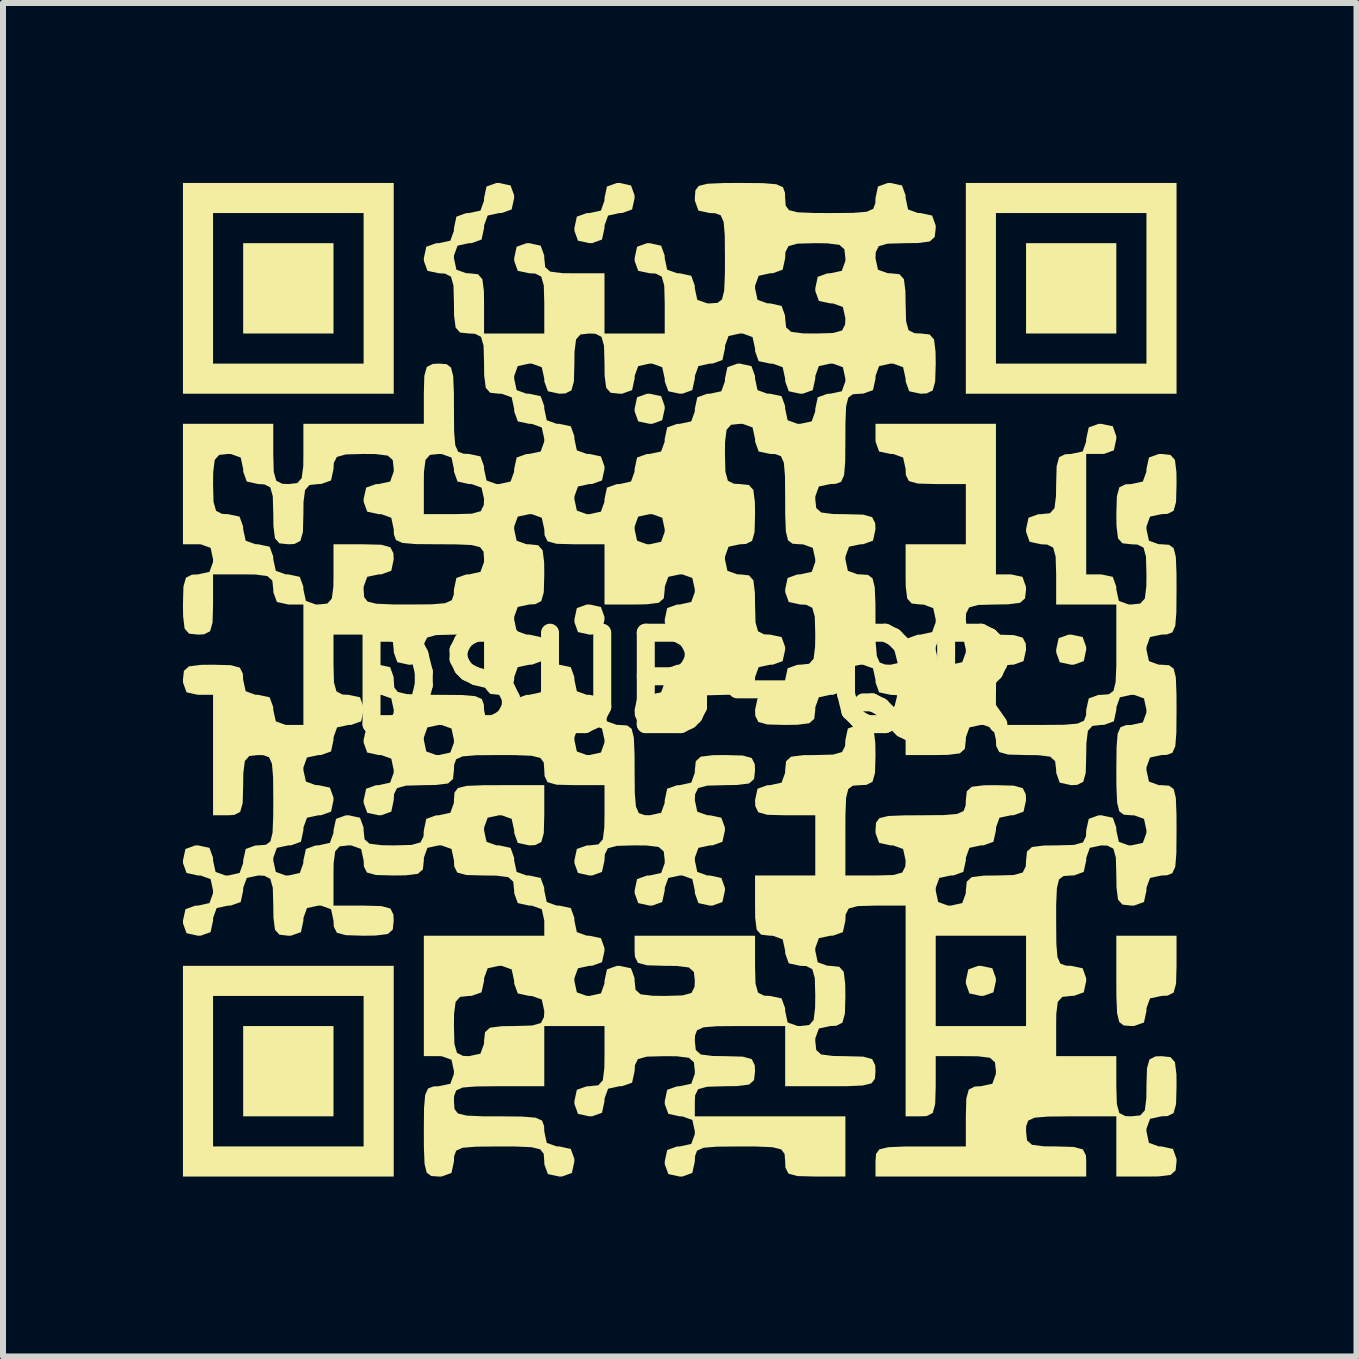
<source format=kicad_pcb>
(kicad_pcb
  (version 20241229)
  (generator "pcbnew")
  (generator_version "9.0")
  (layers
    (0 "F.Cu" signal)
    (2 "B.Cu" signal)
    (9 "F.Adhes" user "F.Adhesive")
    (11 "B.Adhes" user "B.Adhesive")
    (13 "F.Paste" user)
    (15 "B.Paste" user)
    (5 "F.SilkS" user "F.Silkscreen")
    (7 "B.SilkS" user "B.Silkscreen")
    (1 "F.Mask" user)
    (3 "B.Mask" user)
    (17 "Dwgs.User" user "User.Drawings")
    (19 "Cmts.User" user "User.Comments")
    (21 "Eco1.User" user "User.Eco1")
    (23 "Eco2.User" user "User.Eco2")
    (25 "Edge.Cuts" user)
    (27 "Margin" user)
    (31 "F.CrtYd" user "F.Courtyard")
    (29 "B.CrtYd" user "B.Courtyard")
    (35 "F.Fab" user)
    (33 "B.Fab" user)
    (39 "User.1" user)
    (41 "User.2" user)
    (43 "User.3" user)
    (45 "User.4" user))
  (footprint "DSUB-QR"
    (layer "F.Cu")
    (at 8.333 8.333)
    (property "Reference" "DSUB-QR" (at 0 0 0) (layer "F.SilkS") (effects (font (size 1.524 1.524) (thickness 0.3))))
    (attr board_only exclude_from_pos_files exclude_from_bom)
    (fp_poly (pts (xy -5.823 -5.823) (xy -7.329 -5.823) (xy -7.329 -7.329) (xy -5.823 -7.329)) (stroke (width 0) (type solid)) (fill yes) (layer "F.SilkS"))
    (fp_poly (pts (xy -5.823 7.228) (xy -7.329 7.228) (xy -7.329 5.723) (xy -5.823 5.723)) (stroke (width 0) (type solid)) (fill yes) (layer "F.SilkS"))
    (fp_poly (pts (xy 7.228 -5.823) (xy 5.723 -5.823) (xy 5.723 -7.329) (xy 7.228 -7.329)) (stroke (width 0) (type solid)) (fill yes) (layer "F.SilkS"))
    (fp_poly (pts (xy -4.819 -4.819) (xy -8.333 -4.819) (xy -8.333 -5.321) (xy -7.831 -5.321) (xy -5.321 -5.321) (xy -5.321 -7.831) (xy -7.831 -7.831) (xy -7.831 -5.321) (xy -8.333 -5.321) (xy -8.333 -8.333) (xy -4.819 -8.333)) (stroke (width 0) (type solid)) (fill yes) (layer "F.SilkS"))
    (fp_poly (pts (xy -4.819 8.232) (xy -8.333 8.232) (xy -8.333 7.73) (xy -7.831 7.73) (xy -5.321 7.73) (xy -5.321 5.221) (xy -7.831 5.221) (xy -7.831 7.73) (xy -8.333 7.73) (xy -8.333 4.719) (xy -4.819 4.719)) (stroke (width 0) (type solid)) (fill yes) (layer "F.SilkS"))
    (fp_poly (pts (xy 8.232 -4.819) (xy 4.719 -4.819) (xy 4.719 -5.321) (xy 5.221 -5.321) (xy 7.73 -5.321) (xy 7.73 -7.831) (xy 5.221 -7.831) (xy 5.221 -5.321) (xy 4.719 -5.321) (xy 4.719 -8.333) (xy 8.232 -8.333)) (stroke (width 0) (type solid)) (fill yes) (layer "F.SilkS"))
    (fp_poly (pts (xy -1.365 -1.264) (xy -1.306 -1.1) (xy -1.305 -1.054) (xy -1.347 -0.863) (xy -1.51 -0.804) (xy -1.556 -0.803) (xy -1.747 -0.845) (xy -1.806 -1.008) (xy -1.807 -1.054) (xy -1.766 -1.245) (xy -1.602 -1.304) (xy -1.556 -1.305)) (stroke (width 0) (type solid)) (fill yes) (layer "F.SilkS"))
    (fp_poly (pts (xy -0.361 -4.778) (xy -0.302 -4.614) (xy -0.301 -4.568) (xy -0.343 -4.377) (xy -0.506 -4.318) (xy -0.552 -4.317) (xy -0.743 -4.358) (xy -0.802 -4.522) (xy -0.803 -4.568) (xy -0.762 -4.759) (xy -0.598 -4.818) (xy -0.552 -4.819)) (stroke (width 0) (type solid)) (fill yes) (layer "F.SilkS"))
    (fp_poly (pts (xy 5.161 4.76) (xy 5.219 4.923) (xy 5.221 4.97) (xy 5.179 5.161) (xy 5.016 5.219) (xy 4.97 5.221) (xy 4.779 5.179) (xy 4.72 5.016) (xy 4.719 4.97) (xy 4.76 4.779) (xy 4.923 4.72) (xy 4.97 4.719)) (stroke (width 0) (type solid)) (fill yes) (layer "F.SilkS"))
    (fp_poly (pts (xy 6.667 -0.762) (xy 6.725 -0.598) (xy 6.726 -0.552) (xy 6.685 -0.361) (xy 6.522 -0.302) (xy 6.475 -0.301) (xy 6.284 -0.343) (xy 6.226 -0.506) (xy 6.225 -0.552) (xy 6.266 -0.743) (xy 6.429 -0.802) (xy 6.475 -0.803)) (stroke (width 0) (type solid)) (fill yes) (layer "F.SilkS"))
    (fp_poly (pts (xy 8.232 4.719) (xy 8.224 5.016) (xy 8.183 5.165) (xy 8.082 5.216) (xy 7.981 5.221) (xy 7.79 5.262) (xy 7.731 5.425) (xy 7.73 5.472) (xy 7.689 5.663) (xy 7.526 5.721) (xy 7.479 5.723) (xy 7.352 5.713) (xy 7.277 5.657) (xy 7.241 5.511) (xy 7.229 5.234) (xy 7.228 4.97) (xy 7.228 4.217) (xy 8.232 4.217)) (stroke (width 0) (type solid)) (fill yes) (layer "F.SilkS"))
    (fp_poly (pts (xy -0.863 -8.291) (xy -0.804 -8.128) (xy -0.803 -8.082) (xy -0.845 -7.891) (xy -1.008 -7.832) (xy -1.054 -7.831) (xy -1.245 -7.789) (xy -1.304 -7.626) (xy -1.305 -7.58) (xy -1.347 -7.389) (xy -1.51 -7.33) (xy -1.556 -7.329) (xy -1.747 -7.37) (xy -1.806 -7.534) (xy -1.807 -7.58) (xy -1.766 -7.771) (xy -1.602 -7.83) (xy -1.556 -7.831) (xy -1.365 -7.872) (xy -1.306 -8.036) (xy -1.305 -8.082) (xy -1.264 -8.273) (xy -1.1 -8.332) (xy -1.054 -8.333)) (stroke (width 0) (type solid)) (fill yes) (layer "F.SilkS"))
    (fp_poly (pts (xy -1.867 -0.26) (xy -1.808 -0.096) (xy -1.807 -0.05) (xy -1.766 0.141) (xy -1.602 0.2) (xy -1.556 0.201) (xy -1.365 0.242) (xy -1.306 0.406) (xy -1.305 0.452) (xy -1.264 0.643) (xy -1.1 0.702) (xy -1.054 0.703) (xy -0.926 0.712) (xy -0.852 0.768) (xy -0.816 0.914) (xy -0.804 1.191) (xy -0.803 1.456) (xy -0.8 1.839) (xy -0.781 2.063) (xy -0.733 2.172) (xy -0.64 2.206) (xy -0.552 2.209) (xy -0.361 2.167) (xy -0.302 2.004) (xy -0.301 1.958) (xy -0.26 1.767) (xy -0.096 1.708) (xy -0.05 1.707) (xy 0.141 1.665) (xy 0.2 1.502) (xy 0.201 1.456) (xy 0.217 1.307) (xy 0.3 1.232) (xy 0.501 1.207) (xy 0.703 1.205) (xy 1.001 1.213) (xy 1.149 1.254) (xy 1.2 1.355) (xy 1.205 1.456) (xy 1.188 1.605) (xy 1.105 1.679) (xy 0.904 1.704) (xy 0.703 1.707) (xy 0.405 1.715) (xy 0.256 1.756) (xy 0.206 1.857) (xy 0.201 1.958) (xy 0.242 2.149) (xy 0.406 2.208) (xy 0.452 2.209) (xy 0.643 2.25) (xy 0.702 2.413) (xy 0.703 2.46) (xy 0.661 2.651) (xy 0.498 2.71) (xy 0.452 2.711) (xy 0.261 2.752) (xy 0.202 2.915) (xy 0.201 2.962) (xy 0.242 3.153) (xy 0.406 3.212) (xy 0.452 3.213) (xy 0.643 3.254) (xy 0.702 3.417) (xy 0.703 3.464) (xy 0.661 3.655) (xy 0.498 3.714) (xy 0.452 3.715) (xy 0.261 3.673) (xy 0.202 3.51) (xy 0.201 3.464) (xy 0.159 3.273) (xy -0.004 3.214) (xy -0.05 3.213) (xy -0.241 3.254) (xy -0.3 3.417) (xy -0.301 3.464) (xy -0.343 3.655) (xy -0.506 3.714) (xy -0.552 3.715) (xy -0.743 3.673) (xy -0.802 3.51) (xy -0.803 3.464) (xy -0.762 3.273) (xy -0.598 3.214) (xy -0.552 3.213) (xy -0.361 3.171) (xy -0.302 3.008) (xy -0.301 2.962) (xy -0.317 2.813) (xy -0.401 2.738) (xy -0.602 2.713) (xy -0.803 2.711) (xy -1.101 2.719) (xy -1.25 2.76) (xy -1.3 2.861) (xy -1.305 2.962) (xy -1.347 3.153) (xy -1.51 3.212) (xy -1.556 3.213) (xy -1.747 3.171) (xy -1.806 3.008) (xy -1.807 2.962) (xy -1.766 2.771) (xy -1.602 2.712) (xy -1.556 2.711) (xy -1.407 2.694) (xy -1.333 2.611) (xy -1.308 2.41) (xy -1.305 2.209) (xy -1.305 1.707) (xy -1.807 1.707) (xy -2.105 1.699) (xy -2.254 1.657) (xy -2.304 1.556) (xy -2.309 1.456) (xy -2.318 1.328) (xy -2.375 1.253) (xy -2.52 1.217) (xy -2.798 1.206) (xy -3.062 1.205) (xy -3.445 1.208) (xy -3.67 1.227) (xy -3.778 1.275) (xy -3.812 1.368) (xy -3.815 1.456) (xy -3.831 1.605) (xy -3.914 1.679) (xy -4.116 1.704) (xy -4.317 1.707) (xy -4.615 1.715) (xy -4.764 1.756) (xy -4.814 1.857) (xy -4.819 1.958) (xy -4.86 2.149) (xy -5.024 2.208) (xy -5.07 2.209) (xy -5.261 2.167) (xy -5.32 2.004) (xy -5.321 1.958) (xy -5.279 1.767) (xy -5.116 1.708) (xy -5.07 1.707) (xy -4.879 1.665) (xy -4.82 1.502) (xy -4.819 1.456) (xy -4.86 1.265) (xy -5.024 1.206) (xy -5.07 1.205) (xy -5.261 1.163) (xy -5.32 1) (xy -5.321 0.954) (xy -4.317 0.954) (xy -4.276 1.145) (xy -4.112 1.204) (xy -4.066 1.205) (xy -3.875 1.163) (xy -3.816 1) (xy -3.815 0.954) (xy -1.807 0.954) (xy -1.766 1.145) (xy -1.602 1.204) (xy -1.556 1.205) (xy -1.365 1.163) (xy -1.306 1) (xy -1.305 0.954) (xy -1.347 0.763) (xy -1.51 0.704) (xy -1.556 0.703) (xy -1.747 0.744) (xy -1.806 0.908) (xy -1.807 0.954) (xy -3.815 0.954) (xy -3.856 0.763) (xy -4.02 0.704) (xy -4.066 0.703) (xy -4.257 0.744) (xy -4.316 0.908) (xy -4.317 0.954) (xy -5.321 0.954) (xy -5.279 0.763) (xy -5.116 0.704) (xy -5.07 0.703) (xy -4.879 0.661) (xy -4.82 0.498) (xy -4.819 0.452) (xy -4.86 0.261) (xy -5.024 0.202) (xy -5.07 0.201) (xy -5.261 0.159) (xy -5.32 -0.004) (xy -5.321 -0.05) (xy -5.279 -0.241) (xy -5.116 -0.3) (xy -5.07 -0.301) (xy -4.879 -0.26) (xy -4.82 -0.096) (xy -4.819 -0.05) (xy -4.81 0.077) (xy -4.753 0.152) (xy -4.608 0.188) (xy -4.33 0.2) (xy -4.066 0.201) (xy -3.683 0.204) (xy -3.459 0.223) (xy -3.35 0.271) (xy -3.316 0.364) (xy -3.313 0.452) (xy -3.272 0.643) (xy -3.108 0.702) (xy -3.062 0.703) (xy -2.871 0.661) (xy -2.812 0.498) (xy -2.811 0.452) (xy -2.77 0.261) (xy -2.606 0.202) (xy -2.56 0.201) (xy -2.369 0.159) (xy -2.31 -0.004) (xy -2.309 -0.05) (xy -2.268 -0.241) (xy -2.104 -0.3) (xy -2.058 -0.301)) (stroke (width 0) (type solid)) (fill yes) (layer "F.SilkS"))
    (fp_poly (pts (xy 3.655 -8.291) (xy 3.714 -8.128) (xy 3.715 -8.082) (xy 3.756 -7.891) (xy 3.919 -7.832) (xy 3.966 -7.831) (xy 4.157 -7.789) (xy 4.216 -7.626) (xy 4.217 -7.58) (xy 4.2 -7.431) (xy 4.117 -7.357) (xy 3.916 -7.331) (xy 3.715 -7.329) (xy 3.417 -7.321) (xy 3.268 -7.279) (xy 3.217 -7.179) (xy 3.213 -7.078) (xy 3.254 -6.887) (xy 3.417 -6.828) (xy 3.464 -6.827) (xy 3.613 -6.811) (xy 3.687 -6.728) (xy 3.712 -6.526) (xy 3.715 -6.325) (xy 3.723 -6.027) (xy 3.764 -5.878) (xy 3.865 -5.828) (xy 3.966 -5.823) (xy 4.115 -5.807) (xy 4.189 -5.724) (xy 4.214 -5.522) (xy 4.217 -5.321) (xy 4.208 -5.023) (xy 4.167 -4.874) (xy 4.066 -4.824) (xy 3.966 -4.819) (xy 3.775 -4.86) (xy 3.716 -5.024) (xy 3.715 -5.07) (xy 3.673 -5.261) (xy 3.51 -5.32) (xy 3.464 -5.321) (xy 3.273 -5.279) (xy 3.214 -5.116) (xy 3.213 -5.07) (xy 3.171 -4.879) (xy 3.008 -4.82) (xy 2.962 -4.819) (xy 2.834 -4.81) (xy 2.759 -4.753) (xy 2.723 -4.608) (xy 2.712 -4.33) (xy 2.711 -4.066) (xy 2.708 -3.683) (xy 2.689 -3.459) (xy 2.64 -3.35) (xy 2.548 -3.316) (xy 2.46 -3.313) (xy 2.269 -3.272) (xy 2.21 -3.108) (xy 2.209 -3.062) (xy 2.225 -2.913) (xy 2.308 -2.839) (xy 2.509 -2.813) (xy 2.711 -2.811) (xy 3.009 -2.803) (xy 3.157 -2.761) (xy 3.208 -2.661) (xy 3.213 -2.56) (xy 3.171 -2.369) (xy 3.008 -2.31) (xy 2.962 -2.309) (xy 2.771 -2.268) (xy 2.712 -2.104) (xy 2.711 -2.058) (xy 2.752 -1.867) (xy 2.915 -1.808) (xy 2.962 -1.807) (xy 3.089 -1.798) (xy 3.164 -1.741) (xy 3.2 -1.596) (xy 3.212 -1.319) (xy 3.213 -1.054) (xy 3.216 -0.671) (xy 3.235 -0.447) (xy 3.283 -0.338) (xy 3.375 -0.304) (xy 3.464 -0.301) (xy 3.655 -0.343) (xy 3.714 -0.506) (xy 3.715 -0.552) (xy 4.217 -0.552) (xy 4.258 -0.361) (xy 4.421 -0.302) (xy 4.468 -0.301) (xy 4.659 -0.343) (xy 4.718 -0.506) (xy 4.719 -0.552) (xy 4.677 -0.743) (xy 4.514 -0.802) (xy 4.468 -0.803) (xy 4.277 -0.762) (xy 4.218 -0.598) (xy 4.217 -0.552) (xy 3.715 -0.552) (xy 3.756 -0.743) (xy 3.919 -0.802) (xy 3.966 -0.803) (xy 4.157 -0.845) (xy 4.216 -1.008) (xy 4.217 -1.054) (xy 4.175 -1.245) (xy 4.012 -1.304) (xy 3.966 -1.305) (xy 3.817 -1.321) (xy 3.742 -1.404) (xy 3.717 -1.606) (xy 3.715 -1.807) (xy 3.715 -2.309) (xy 4.719 -2.309) (xy 4.719 -3.313) (xy 4.217 -3.313) (xy 3.919 -3.321) (xy 3.77 -3.363) (xy 3.719 -3.463) (xy 3.715 -3.564) (xy 3.673 -3.755) (xy 3.51 -3.814) (xy 3.464 -3.815) (xy 3.273 -3.856) (xy 3.214 -4.02) (xy 3.213 -4.066) (xy 3.213 -4.317) (xy 5.221 -4.317) (xy 5.221 -1.807) (xy 5.472 -1.807) (xy 5.663 -1.766) (xy 5.721 -1.602) (xy 5.723 -1.556) (xy 5.706 -1.407) (xy 5.623 -1.333) (xy 5.422 -1.308) (xy 5.221 -1.305) (xy 4.923 -1.297) (xy 4.774 -1.255) (xy 4.723 -1.155) (xy 4.719 -1.054) (xy 4.735 -0.905) (xy 4.818 -0.831) (xy 5.019 -0.806) (xy 5.221 -0.803) (xy 5.518 -0.795) (xy 5.667 -0.753) (xy 5.718 -0.653) (xy 5.723 -0.552) (xy 5.681 -0.361) (xy 5.518 -0.302) (xy 5.472 -0.301) (xy 5.323 -0.285) (xy 5.248 -0.202) (xy 5.223 -0.001) (xy 5.221 0.201) (xy 5.221 0.703) (xy 5.974 0.703) (xy 6.357 0.7) (xy 6.581 0.681) (xy 6.689 0.632) (xy 6.724 0.54) (xy 6.726 0.452) (xy 6.768 0.261) (xy 6.931 0.202) (xy 6.977 0.201) (xy 7.105 0.191) (xy 7.18 0.135) (xy 7.216 -0.011) (xy 7.228 -0.288) (xy 7.228 -0.552) (xy 7.228 -1.305) (xy 6.225 -1.305) (xy 6.225 -1.807) (xy 6.216 -2.105) (xy 6.175 -2.254) (xy 6.074 -2.304) (xy 5.974 -2.309) (xy 5.782 -2.351) (xy 5.724 -2.514) (xy 5.723 -2.56) (xy 5.764 -2.751) (xy 5.927 -2.81) (xy 5.974 -2.811) (xy 6.122 -2.827) (xy 6.197 -2.91) (xy 6.222 -3.112) (xy 6.225 -3.313) (xy 6.233 -3.611) (xy 6.274 -3.76) (xy 6.375 -3.81) (xy 6.475 -3.815) (xy 6.667 -3.856) (xy 6.725 -4.02) (xy 6.726 -4.066) (xy 6.768 -4.257) (xy 6.931 -4.316) (xy 6.977 -4.317) (xy 7.169 -4.276) (xy 7.227 -4.112) (xy 7.228 -4.066) (xy 7.187 -3.875) (xy 7.024 -3.816) (xy 6.977 -3.815) (xy 6.726 -3.815) (xy 6.726 -1.807) (xy 6.977 -1.807) (xy 7.169 -1.766) (xy 7.227 -1.602) (xy 7.228 -1.556) (xy 7.27 -1.365) (xy 7.433 -1.306) (xy 7.479 -1.305) (xy 7.628 -1.321) (xy 7.703 -1.404) (xy 7.728 -1.606) (xy 7.73 -1.807) (xy 7.722 -2.105) (xy 7.681 -2.254) (xy 7.58 -2.304) (xy 7.479 -2.309) (xy 7.33 -2.325) (xy 7.256 -2.408) (xy 7.231 -2.61) (xy 7.228 -2.811) (xy 7.237 -3.109) (xy 7.278 -3.258) (xy 7.379 -3.308) (xy 7.479 -3.313) (xy 7.67 -3.355) (xy 7.729 -3.518) (xy 7.73 -3.564) (xy 7.772 -3.755) (xy 7.935 -3.814) (xy 7.981 -3.815) (xy 8.13 -3.799) (xy 8.205 -3.716) (xy 8.23 -3.514) (xy 8.232 -3.313) (xy 8.224 -3.015) (xy 8.183 -2.867) (xy 8.082 -2.816) (xy 7.981 -2.811) (xy 7.79 -2.77) (xy 7.731 -2.606) (xy 7.73 -2.56) (xy 7.772 -2.369) (xy 7.935 -2.31) (xy 7.981 -2.309) (xy 8.109 -2.3) (xy 8.184 -2.243) (xy 8.22 -2.098) (xy 8.231 -1.821) (xy 8.232 -1.556) (xy 8.229 -1.173) (xy 8.211 -0.949) (xy 8.162 -0.84) (xy 8.07 -0.806) (xy 7.981 -0.803) (xy 7.79 -0.762) (xy 7.731 -0.598) (xy 7.73 -0.552) (xy 7.772 -0.361) (xy 7.935 -0.302) (xy 7.981 -0.301) (xy 8.109 -0.292) (xy 8.184 -0.235) (xy 8.22 -0.09) (xy 8.231 0.187) (xy 8.232 0.452) (xy 8.229 0.835) (xy 8.211 1.059) (xy 8.162 1.168) (xy 8.07 1.202) (xy 7.981 1.205) (xy 7.79 1.246) (xy 7.731 1.409) (xy 7.73 1.456) (xy 7.772 1.647) (xy 7.935 1.706) (xy 7.981 1.707) (xy 8.109 1.716) (xy 8.184 1.772) (xy 8.22 1.918) (xy 8.231 2.195) (xy 8.232 2.46) (xy 8.229 2.843) (xy 8.211 3.067) (xy 8.162 3.175) (xy 8.07 3.21) (xy 7.981 3.213) (xy 7.79 3.254) (xy 7.731 3.417) (xy 7.73 3.464) (xy 7.689 3.655) (xy 7.526 3.714) (xy 7.479 3.715) (xy 7.33 3.698) (xy 7.256 3.615) (xy 7.231 3.414) (xy 7.228 3.213) (xy 7.22 2.915) (xy 7.179 2.766) (xy 7.078 2.715) (xy 6.977 2.711) (xy 6.786 2.752) (xy 6.728 2.915) (xy 6.726 2.962) (xy 6.685 3.153) (xy 6.522 3.212) (xy 6.475 3.213) (xy 6.348 3.222) (xy 6.273 3.278) (xy 6.237 3.424) (xy 6.225 3.701) (xy 6.225 3.966) (xy 6.228 4.349) (xy 6.246 4.573) (xy 6.295 4.681) (xy 6.387 4.716) (xy 6.475 4.719) (xy 6.667 4.76) (xy 6.725 4.923) (xy 6.726 4.97) (xy 6.685 5.161) (xy 6.522 5.219) (xy 6.475 5.221) (xy 6.327 5.237) (xy 6.252 5.32) (xy 6.227 5.521) (xy 6.225 5.723) (xy 6.225 6.225) (xy 7.228 6.225) (xy 7.228 6.726) (xy 7.237 7.024) (xy 7.278 7.173) (xy 7.379 7.224) (xy 7.479 7.228) (xy 7.628 7.212) (xy 7.703 7.129) (xy 7.728 6.928) (xy 7.73 6.726) (xy 7.739 6.429) (xy 7.78 6.28) (xy 7.881 6.229) (xy 7.981 6.225) (xy 8.13 6.241) (xy 8.205 6.324) (xy 8.23 6.525) (xy 8.232 6.726) (xy 8.224 7.024) (xy 8.183 7.173) (xy 8.082 7.224) (xy 7.981 7.228) (xy 7.79 7.27) (xy 7.731 7.433) (xy 7.73 7.479) (xy 7.772 7.67) (xy 7.935 7.729) (xy 7.981 7.73) (xy 8.172 7.772) (xy 8.231 7.935) (xy 8.232 7.981) (xy 8.216 8.13) (xy 8.133 8.205) (xy 7.932 8.23) (xy 7.73 8.232) (xy 7.228 8.232) (xy 7.228 7.228) (xy 6.475 7.228) (xy 6.093 7.232) (xy 5.868 7.25) (xy 5.76 7.299) (xy 5.725 7.391) (xy 5.723 7.479) (xy 5.739 7.628) (xy 5.822 7.703) (xy 6.023 7.728) (xy 6.225 7.73) (xy 6.522 7.739) (xy 6.671 7.78) (xy 6.722 7.881) (xy 6.726 7.981) (xy 6.726 8.232) (xy 3.213 8.232) (xy 3.213 7.981) (xy 3.222 7.854) (xy 3.278 7.779) (xy 3.424 7.743) (xy 3.701 7.731) (xy 3.966 7.73) (xy 4.719 7.73) (xy 4.719 7.228) (xy 4.727 6.931) (xy 4.768 6.782) (xy 4.869 6.731) (xy 4.97 6.726) (xy 5.161 6.685) (xy 5.219 6.522) (xy 5.221 6.475) (xy 5.204 6.327) (xy 5.121 6.252) (xy 4.92 6.227) (xy 4.719 6.225) (xy 4.217 6.225) (xy 4.217 6.726) (xy 4.208 7.024) (xy 4.167 7.173) (xy 4.066 7.224) (xy 3.966 7.228) (xy 3.715 7.228) (xy 3.715 5.723) (xy 4.217 5.723) (xy 5.723 5.723) (xy 5.723 4.217) (xy 4.217 4.217) (xy 4.217 5.723) (xy 3.715 5.723) (xy 3.715 3.715) (xy 3.213 3.715) (xy 2.915 3.723) (xy 2.766 3.764) (xy 2.715 3.865) (xy 2.711 3.966) (xy 2.669 4.157) (xy 2.506 4.216) (xy 2.46 4.217) (xy 2.269 4.258) (xy 2.21 4.421) (xy 2.209 4.468) (xy 2.25 4.659) (xy 2.413 4.718) (xy 2.46 4.719) (xy 2.609 4.735) (xy 2.683 4.818) (xy 2.708 5.019) (xy 2.711 5.221) (xy 2.703 5.518) (xy 2.661 5.667) (xy 2.56 5.718) (xy 2.46 5.723) (xy 2.269 5.764) (xy 2.21 5.927) (xy 2.209 5.974) (xy 2.225 6.122) (xy 2.308 6.197) (xy 2.509 6.222) (xy 2.711 6.225) (xy 3.009 6.233) (xy 3.157 6.274) (xy 3.208 6.375) (xy 3.213 6.475) (xy 3.203 6.603) (xy 3.147 6.678) (xy 3.001 6.714) (xy 2.724 6.726) (xy 2.46 6.726) (xy 1.707 6.726) (xy 1.707 5.723) (xy 0.954 5.723) (xy 0.571 5.726) (xy 0.346 5.744) (xy 0.238 5.793) (xy 0.204 5.885) (xy 0.201 5.974) (xy 0.217 6.122) (xy 0.3 6.197) (xy 0.501 6.222) (xy 0.703 6.225) (xy 1.001 6.233) (xy 1.149 6.274) (xy 1.2 6.375) (xy 1.205 6.475) (xy 1.188 6.624) (xy 1.105 6.699) (xy 0.904 6.724) (xy 0.703 6.726) (xy 0.405 6.735) (xy 0.256 6.776) (xy 0.206 6.877) (xy 0.201 6.977) (xy 0.201 7.228) (xy 2.711 7.228) (xy 2.711 8.232) (xy 2.209 8.232) (xy 1.911 8.224) (xy 1.762 8.183) (xy 1.711 8.082) (xy 1.707 7.981) (xy 1.697 7.854) (xy 1.641 7.779) (xy 1.495 7.743) (xy 1.218 7.731) (xy 0.954 7.73) (xy 0.571 7.734) (xy 0.346 7.752) (xy 0.238 7.801) (xy 0.204 7.893) (xy 0.201 7.981) (xy 0.159 8.172) (xy -0.004 8.231) (xy -0.05 8.232) (xy -0.241 8.191) (xy -0.3 8.028) (xy -0.301 7.981) (xy -0.26 7.79) (xy -0.096 7.731) (xy -0.05 7.73) (xy 0.141 7.689) (xy 0.2 7.526) (xy 0.201 7.479) (xy 0.159 7.288) (xy -0.004 7.23) (xy -0.05 7.228) (xy -0.241 7.187) (xy -0.3 7.024) (xy -0.301 6.977) (xy -0.26 6.786) (xy -0.096 6.728) (xy -0.05 6.726) (xy 0.141 6.685) (xy 0.2 6.522) (xy 0.201 6.475) (xy 0.185 6.327) (xy 0.101 6.252) (xy -0.1 6.227) (xy -0.301 6.225) (xy -0.599 6.233) (xy -0.748 6.274) (xy -0.798 6.375) (xy -0.803 6.475) (xy -0.845 6.667) (xy -1.008 6.725) (xy -1.054 6.726) (xy -1.245 6.768) (xy -1.304 6.931) (xy -1.305 6.977) (xy -1.347 7.169) (xy -1.51 7.227) (xy -1.556 7.228) (xy -1.747 7.187) (xy -1.806 7.024) (xy -1.807 6.977) (xy -1.766 6.786) (xy -1.602 6.728) (xy -1.556 6.726) (xy -1.407 6.71) (xy -1.333 6.627) (xy -1.308 6.426) (xy -1.305 6.225) (xy -1.305 5.723) (xy -2.309 5.723) (xy -2.309 6.726) (xy -3.062 6.726) (xy -3.445 6.73) (xy -3.67 6.748) (xy -3.778 6.797) (xy -3.812 6.889) (xy -3.815 6.977) (xy -3.806 7.105) (xy -3.749 7.18) (xy -3.604 7.216) (xy -3.327 7.228) (xy -3.062 7.228) (xy -2.679 7.232) (xy -2.455 7.25) (xy -2.346 7.299) (xy -2.312 7.391) (xy -2.309 7.479) (xy -2.268 7.67) (xy -2.104 7.729) (xy -2.058 7.73) (xy -1.867 7.772) (xy -1.808 7.935) (xy -1.807 7.981) (xy -1.849 8.172) (xy -2.012 8.231) (xy -2.058 8.232) (xy -2.249 8.191) (xy -2.308 8.028) (xy -2.309 7.981) (xy -2.318 7.854) (xy -2.375 7.779) (xy -2.52 7.743) (xy -2.798 7.731) (xy -3.062 7.73) (xy -3.445 7.734) (xy -3.67 7.752) (xy -3.778 7.801) (xy -3.812 7.893) (xy -3.815 7.981) (xy -3.856 8.172) (xy -4.02 8.231) (xy -4.066 8.232) (xy -4.194 8.223) (xy -4.269 8.167) (xy -4.305 8.021) (xy -4.316 7.744) (xy -4.317 7.479) (xy -4.314 7.096) (xy -4.295 6.872) (xy -4.247 6.764) (xy -4.154 6.729) (xy -4.066 6.726) (xy -3.875 6.685) (xy -3.816 6.522) (xy -3.815 6.475) (xy -3.856 6.284) (xy -4.02 6.226) (xy -4.066 6.225) (xy -4.317 6.225) (xy -4.317 5.723) (xy -3.815 5.723) (xy -3.807 6.02) (xy -3.765 6.169) (xy -3.665 6.22) (xy -3.564 6.225) (xy -3.373 6.183) (xy -3.314 6.02) (xy -3.313 5.974) (xy -3.297 5.825) (xy -3.214 5.75) (xy -3.013 5.725) (xy -2.811 5.723) (xy -2.513 5.714) (xy -2.365 5.673) (xy -2.314 5.572) (xy -2.309 5.472) (xy -2.351 5.28) (xy -2.514 5.222) (xy -2.56 5.221) (xy -2.751 5.179) (xy -2.81 5.016) (xy -2.811 4.97) (xy -2.853 4.779) (xy -3.016 4.72) (xy -3.062 4.719) (xy -3.253 4.76) (xy -3.312 4.923) (xy -3.313 4.97) (xy -3.355 5.161) (xy -3.518 5.219) (xy -3.564 5.221) (xy -3.713 5.237) (xy -3.787 5.32) (xy -3.813 5.521) (xy -3.815 5.723) (xy -4.317 5.723) (xy -4.317 4.217) (xy -2.309 4.217) (xy -2.309 3.966) (xy -2.351 3.775) (xy -2.514 3.716) (xy -2.56 3.715) (xy -2.751 3.673) (xy -2.81 3.51) (xy -2.811 3.464) (xy -2.827 3.315) (xy -2.91 3.24) (xy -3.112 3.215) (xy -3.313 3.213) (xy -3.611 3.205) (xy -3.76 3.163) (xy -3.81 3.062) (xy -3.815 2.962) (xy -3.856 2.771) (xy -4.02 2.712) (xy -4.066 2.711) (xy -4.257 2.752) (xy -4.316 2.915) (xy -4.317 2.962) (xy -4.333 3.111) (xy -4.416 3.185) (xy -4.618 3.21) (xy -4.819 3.213) (xy -5.117 3.205) (xy -5.266 3.163) (xy -5.316 3.062) (xy -5.321 2.962) (xy -5.362 2.771) (xy -5.526 2.712) (xy -5.572 2.711) (xy -5.721 2.727) (xy -5.795 2.81) (xy -5.821 3.011) (xy -5.823 3.213) (xy -5.823 3.715) (xy -5.321 3.715) (xy -5.023 3.723) (xy -4.874 3.764) (xy -4.824 3.865) (xy -4.819 3.966) (xy -4.835 4.115) (xy -4.918 4.189) (xy -5.119 4.214) (xy -5.321 4.217) (xy -5.619 4.208) (xy -5.767 4.167) (xy -5.818 4.066) (xy -5.823 3.966) (xy -5.864 3.775) (xy -6.028 3.716) (xy -6.074 3.715) (xy -6.265 3.756) (xy -6.324 3.919) (xy -6.325 3.966) (xy -6.366 4.157) (xy -6.53 4.216) (xy -6.576 4.217) (xy -6.725 4.2) (xy -6.799 4.117) (xy -6.824 3.916) (xy -6.827 3.715) (xy -6.835 3.417) (xy -6.877 3.268) (xy -6.977 3.217) (xy -7.078 3.213) (xy -7.269 3.254) (xy -7.328 3.417) (xy -7.329 3.464) (xy -7.37 3.655) (xy -7.534 3.714) (xy -7.58 3.715) (xy -7.771 3.756) (xy -7.83 3.919) (xy -7.831 3.966) (xy -7.872 4.157) (xy -8.036 4.216) (xy -8.082 4.217) (xy -8.273 4.175) (xy -8.332 4.012) (xy -8.333 3.966) (xy -8.291 3.775) (xy -8.128 3.716) (xy -8.082 3.715) (xy -7.891 3.673) (xy -7.832 3.51) (xy -7.831 3.464) (xy -7.872 3.273) (xy -8.036 3.214) (xy -8.082 3.213) (xy -8.273 3.171) (xy -8.332 3.008) (xy -8.333 2.962) (xy -8.291 2.771) (xy -8.128 2.712) (xy -8.082 2.711) (xy -7.891 2.752) (xy -7.832 2.915) (xy -7.831 2.962) (xy -7.789 3.153) (xy -7.626 3.212) (xy -7.58 3.213) (xy -7.389 3.171) (xy -7.33 3.008) (xy -7.329 2.962) (xy -6.827 2.962) (xy -6.785 3.153) (xy -6.622 3.212) (xy -6.576 3.213) (xy -6.385 3.171) (xy -6.326 3.008) (xy -6.325 2.962) (xy -6.283 2.771) (xy -6.12 2.712) (xy -6.074 2.711) (xy -5.883 2.669) (xy -5.824 2.506) (xy -5.823 2.46) (xy -5.781 2.269) (xy -5.618 2.21) (xy -5.572 2.209) (xy -5.381 2.25) (xy -5.322 2.413) (xy -5.321 2.46) (xy -5.305 2.609) (xy -5.222 2.683) (xy -5.02 2.708) (xy -4.819 2.711) (xy -4.521 2.703) (xy -4.372 2.661) (xy -4.322 2.56) (xy -4.317 2.46) (xy -4.276 2.269) (xy -4.112 2.21) (xy -4.066 2.209) (xy -3.875 2.167) (xy -3.816 2.004) (xy -3.815 1.958) (xy -3.806 1.83) (xy -3.749 1.755) (xy -3.604 1.719) (xy -3.327 1.708) (xy -3.062 1.707) (xy -2.309 1.707) (xy -2.309 2.209) (xy -2.317 2.507) (xy -2.359 2.655) (xy -2.459 2.706) (xy -2.56 2.711) (xy -2.751 2.669) (xy -2.81 2.506) (xy -2.811 2.46) (xy -2.853 2.269) (xy -3.016 2.21) (xy -3.062 2.209) (xy -3.253 2.25) (xy -3.312 2.413) (xy -3.313 2.46) (xy -3.272 2.651) (xy -3.108 2.71) (xy -3.062 2.711) (xy -2.871 2.752) (xy -2.812 2.915) (xy -2.811 2.962) (xy -2.77 3.153) (xy -2.606 3.212) (xy -2.56 3.213) (xy -2.369 3.254) (xy -2.31 3.417) (xy -2.309 3.464) (xy -2.268 3.655) (xy -2.104 3.714) (xy -2.058 3.715) (xy -1.867 3.756) (xy -1.808 3.919) (xy -1.807 3.966) (xy -1.766 4.157) (xy -1.602 4.216) (xy -1.556 4.217) (xy -1.365 4.258) (xy -1.306 4.421) (xy -1.305 4.468) (xy -1.347 4.659) (xy -1.51 4.718) (xy -1.556 4.719) (xy -1.747 4.76) (xy -1.806 4.923) (xy -1.807 4.97) (xy -1.766 5.161) (xy -1.602 5.219) (xy -1.556 5.221) (xy -1.365 5.179) (xy -1.306 5.016) (xy -1.305 4.97) (xy -1.264 4.779) (xy -1.1 4.72) (xy -1.054 4.719) (xy -0.863 4.76) (xy -0.804 4.923) (xy -0.803 4.97) (xy -0.787 5.119) (xy -0.704 5.193) (xy -0.503 5.218) (xy -0.301 5.221) (xy -0.003 5.212) (xy 0.145 5.171) (xy 0.196 5.07) (xy 0.201 4.97) (xy 0.185 4.821) (xy 0.101 4.746) (xy -0.1 4.721) (xy -0.301 4.719) (xy -0.599 4.71) (xy -0.748 4.669) (xy -0.798 4.568) (xy -0.803 4.468) (xy -0.803 4.217) (xy 1.205 4.217) (xy 1.205 4.719) (xy 1.213 5.016) (xy 1.254 5.165) (xy 1.355 5.216) (xy 1.456 5.221) (xy 1.647 5.262) (xy 1.706 5.425) (xy 1.707 5.472) (xy 1.748 5.663) (xy 1.911 5.721) (xy 1.958 5.723) (xy 2.107 5.706) (xy 2.181 5.623) (xy 2.206 5.422) (xy 2.209 5.221) (xy 2.201 4.923) (xy 2.159 4.774) (xy 2.058 4.723) (xy 1.958 4.719) (xy 1.767 4.677) (xy 1.708 4.514) (xy 1.707 4.468) (xy 1.665 4.277) (xy 1.502 4.218) (xy 1.456 4.217) (xy 1.307 4.2) (xy 1.232 4.117) (xy 1.207 3.916) (xy 1.205 3.715) (xy 1.205 3.213) (xy 2.209 3.213) (xy 2.209 2.209) (xy 1.707 2.209) (xy 1.409 2.201) (xy 1.26 2.159) (xy 1.209 2.058) (xy 1.205 1.958) (xy 1.246 1.767) (xy 1.409 1.708) (xy 1.456 1.707) (xy 1.647 1.665) (xy 1.706 1.502) (xy 1.707 1.456) (xy 1.723 1.307) (xy 1.806 1.232) (xy 2.007 1.207) (xy 2.209 1.205) (xy 2.507 1.197) (xy 2.655 1.155) (xy 2.706 1.054) (xy 2.711 0.954) (xy 2.752 0.763) (xy 2.915 0.704) (xy 2.962 0.703) (xy 3.111 0.719) (xy 3.185 0.802) (xy 3.21 1.003) (xy 3.213 1.205) (xy 3.205 1.503) (xy 3.163 1.651) (xy 3.062 1.702) (xy 2.962 1.707) (xy 2.834 1.716) (xy 2.759 1.772) (xy 2.723 1.918) (xy 2.712 2.195) (xy 2.711 2.46) (xy 2.711 3.213) (xy 3.213 3.213) (xy 3.511 3.205) (xy 3.659 3.163) (xy 3.71 3.062) (xy 3.715 2.962) (xy 3.673 2.771) (xy 3.51 2.712) (xy 3.464 2.711) (xy 3.273 2.669) (xy 3.214 2.506) (xy 3.213 2.46) (xy 3.222 2.332) (xy 3.278 2.257) (xy 3.424 2.221) (xy 3.701 2.21) (xy 3.966 2.209) (xy 4.349 2.206) (xy 4.573 2.187) (xy 4.681 2.138) (xy 4.716 2.046) (xy 4.719 1.958) (xy 4.735 1.809) (xy 4.818 1.734) (xy 5.019 1.709) (xy 5.221 1.707) (xy 5.518 1.715) (xy 5.667 1.756) (xy 5.718 1.857) (xy 5.723 1.958) (xy 5.681 2.149) (xy 5.518 2.208) (xy 5.472 2.209) (xy 5.28 2.25) (xy 5.222 2.413) (xy 5.221 2.46) (xy 5.179 2.651) (xy 5.016 2.71) (xy 4.97 2.711) (xy 4.779 2.752) (xy 4.72 2.915) (xy 4.719 2.962) (xy 4.677 3.153) (xy 4.514 3.212) (xy 4.468 3.213) (xy 4.277 3.254) (xy 4.218 3.417) (xy 4.217 3.464) (xy 4.258 3.655) (xy 4.421 3.714) (xy 4.468 3.715) (xy 4.659 3.673) (xy 4.718 3.51) (xy 4.719 3.464) (xy 4.735 3.315) (xy 4.818 3.24) (xy 5.019 3.215) (xy 5.221 3.213) (xy 5.518 3.205) (xy 5.667 3.163) (xy 5.718 3.062) (xy 5.723 2.962) (xy 5.739 2.813) (xy 5.822 2.738) (xy 6.023 2.713) (xy 6.225 2.711) (xy 6.522 2.703) (xy 6.671 2.661) (xy 6.722 2.56) (xy 6.726 2.46) (xy 6.768 2.269) (xy 6.931 2.21) (xy 6.977 2.209) (xy 7.169 2.25) (xy 7.227 2.413) (xy 7.228 2.46) (xy 7.27 2.651) (xy 7.433 2.71) (xy 7.479 2.711) (xy 7.67 2.669) (xy 7.729 2.506) (xy 7.73 2.46) (xy 7.689 2.269) (xy 7.526 2.21) (xy 7.479 2.209) (xy 7.352 2.199) (xy 7.277 2.143) (xy 7.241 1.997) (xy 7.229 1.72) (xy 7.228 1.456) (xy 7.232 1.073) (xy 7.25 0.848) (xy 7.299 0.74) (xy 7.391 0.706) (xy 7.479 0.703) (xy 7.67 0.661) (xy 7.729 0.498) (xy 7.73 0.452) (xy 7.689 0.261) (xy 7.526 0.202) (xy 7.479 0.201) (xy 7.288 0.242) (xy 7.23 0.406) (xy 7.228 0.452) (xy 7.187 0.643) (xy 7.024 0.702) (xy 6.977 0.703) (xy 6.829 0.719) (xy 6.754 0.802) (xy 6.729 1.003) (xy 6.726 1.205) (xy 6.718 1.503) (xy 6.677 1.651) (xy 6.576 1.702) (xy 6.475 1.707) (xy 6.284 1.665) (xy 6.226 1.502) (xy 6.225 1.456) (xy 6.208 1.307) (xy 6.125 1.232) (xy 5.924 1.207) (xy 5.723 1.205) (xy 5.425 1.197) (xy 5.276 1.155) (xy 5.225 1.054) (xy 5.221 0.954) (xy 5.179 0.763) (xy 5.016 0.704) (xy 4.97 0.703) (xy 4.779 0.744) (xy 4.72 0.908) (xy 4.719 0.954) (xy 4.702 1.103) (xy 4.619 1.177) (xy 4.418 1.202) (xy 4.217 1.205) (xy 3.715 1.205) (xy 3.715 0.703) (xy 3.706 0.405) (xy 3.665 0.256) (xy 3.564 0.206) (xy 3.464 0.201) (xy 3.273 0.159) (xy 3.214 -0.004) (xy 3.213 -0.05) (xy 3.171 -0.241) (xy 3.008 -0.3) (xy 2.962 -0.301) (xy 2.771 -0.26) (xy 2.712 -0.096) (xy 2.711 -0.05) (xy 2.669 0.141) (xy 2.506 0.2) (xy 2.46 0.201) (xy 2.269 0.242) (xy 2.21 0.406) (xy 2.209 0.452) (xy 2.192 0.601) (xy 2.109 0.675) (xy 1.908 0.7) (xy 1.707 0.703) (xy 1.409 0.695) (xy 1.26 0.653) (xy 1.209 0.553) (xy 1.205 0.452) (xy 1.246 0.261) (xy 1.409 0.202) (xy 1.456 0.201) (xy 1.647 0.159) (xy 1.706 -0.004) (xy 1.707 -0.05) (xy 1.748 -0.241) (xy 1.911 -0.3) (xy 1.958 -0.301) (xy 2.107 -0.317) (xy 2.181 -0.401) (xy 2.206 -0.602) (xy 2.209 -0.803) (xy 2.201 -1.101) (xy 2.159 -1.25) (xy 2.058 -1.3) (xy 1.958 -1.305) (xy 1.767 -1.347) (xy 1.708 -1.51) (xy 1.707 -1.556) (xy 1.748 -1.747) (xy 1.911 -1.806) (xy 1.958 -1.807) (xy 2.149 -1.849) (xy 2.208 -2.012) (xy 2.209 -2.058) (xy 2.167 -2.249) (xy 2.004 -2.308) (xy 1.958 -2.309) (xy 1.83 -2.318) (xy 1.755 -2.375) (xy 1.719 -2.52) (xy 1.708 -2.798) (xy 1.707 -3.062) (xy 1.704 -3.445) (xy 1.685 -3.67) (xy 1.636 -3.778) (xy 1.544 -3.812) (xy 1.456 -3.815) (xy 1.265 -3.856) (xy 1.206 -4.02) (xy 1.205 -4.066) (xy 1.163 -4.257) (xy 1 -4.316) (xy 0.954 -4.317) (xy 0.805 -4.301) (xy 0.73 -4.218) (xy 0.705 -4.016) (xy 0.703 -3.815) (xy 0.711 -3.517) (xy 0.752 -3.368) (xy 0.853 -3.318) (xy 0.954 -3.313) (xy 1.103 -3.297) (xy 1.177 -3.214) (xy 1.202 -3.013) (xy 1.205 -2.811) (xy 1.197 -2.513) (xy 1.155 -2.365) (xy 1.054 -2.314) (xy 0.954 -2.309) (xy 0.763 -2.268) (xy 0.704 -2.104) (xy 0.703 -2.058) (xy 0.744 -1.867) (xy 0.908 -1.808) (xy 0.954 -1.807) (xy 1.103 -1.791) (xy 1.177 -1.708) (xy 1.202 -1.507) (xy 1.205 -1.305) (xy 1.213 -1.007) (xy 1.254 -0.859) (xy 1.355 -0.808) (xy 1.456 -0.803) (xy 1.647 -0.762) (xy 1.706 -0.598) (xy 1.707 -0.552) (xy 1.665 -0.361) (xy 1.502 -0.302) (xy 1.456 -0.301) (xy 1.265 -0.26) (xy 1.206 -0.096) (xy 1.205 -0.05) (xy 1.188 0.099) (xy 1.105 0.173) (xy 0.904 0.198) (xy 0.703 0.201) (xy 0.405 0.209) (xy 0.256 0.25) (xy 0.206 0.351) (xy 0.201 0.452) (xy 0.185 0.601) (xy 0.101 0.675) (xy -0.1 0.7) (xy -0.301 0.703) (xy -0.599 0.695) (xy -0.748 0.653) (xy -0.798 0.553) (xy -0.803 0.452) (xy -0.762 0.261) (xy -0.598 0.202) (xy -0.552 0.201) (xy -0.361 0.159) (xy -0.302 -0.004) (xy -0.301 -0.05) (xy -0.26 -0.241) (xy -0.096 -0.3) (xy -0.05 -0.301) (xy 0.141 -0.343) (xy 0.2 -0.506) (xy 0.201 -0.552) (xy 0.159 -0.743) (xy -0.004 -0.802) (xy -0.05 -0.803) (xy -0.241 -0.845) (xy -0.3 -1.008) (xy -0.301 -1.054) (xy -0.26 -1.245) (xy -0.096 -1.304) (xy -0.05 -1.305) (xy 0.141 -1.347) (xy 0.2 -1.51) (xy 0.201 -1.556) (xy 0.159 -1.747) (xy -0.004 -1.806) (xy -0.05 -1.807) (xy -0.241 -1.766) (xy -0.3 -1.602) (xy -0.301 -1.556) (xy -0.317 -1.407) (xy -0.401 -1.333) (xy -0.602 -1.308) (xy -0.803 -1.305) (xy -1.305 -1.305) (xy -1.305 -2.309) (xy -1.807 -2.309) (xy -2.105 -2.317) (xy -2.254 -2.359) (xy -2.304 -2.459) (xy -2.309 -2.56) (xy -0.803 -2.56) (xy -0.762 -2.369) (xy -0.598 -2.31) (xy -0.552 -2.309) (xy -0.361 -2.351) (xy -0.302 -2.514) (xy -0.301 -2.56) (xy -0.343 -2.751) (xy -0.506 -2.81) (xy -0.552 -2.811) (xy -0.743 -2.77) (xy -0.802 -2.606) (xy -0.803 -2.56) (xy -2.309 -2.56) (xy -2.351 -2.751) (xy -2.514 -2.81) (xy -2.56 -2.811) (xy -2.751 -2.77) (xy -2.81 -2.606) (xy -2.811 -2.56) (xy -2.77 -2.369) (xy -2.606 -2.31) (xy -2.56 -2.309) (xy -2.411 -2.293) (xy -2.337 -2.21) (xy -2.311 -2.009) (xy -2.309 -1.807) (xy -2.317 -1.509) (xy -2.359 -1.361) (xy -2.459 -1.31) (xy -2.56 -1.305) (xy -2.751 -1.264) (xy -2.81 -1.1) (xy -2.811 -1.054) (xy -2.77 -0.863) (xy -2.606 -0.804) (xy -2.56 -0.803) (xy -2.369 -0.762) (xy -2.31 -0.598) (xy -2.309 -0.552) (xy -2.351 -0.361) (xy -2.514 -0.302) (xy -2.56 -0.301) (xy -2.751 -0.26) (xy -2.81 -0.096) (xy -2.811 -0.05) (xy -2.853 0.141) (xy -3.016 0.2) (xy -3.062 0.201) (xy -3.211 0.185) (xy -3.285 0.101) (xy -3.311 -0.1) (xy -3.313 -0.301) (xy -3.313 -0.803) (xy -3.815 -0.803) (xy -4.113 -0.795) (xy -4.262 -0.753) (xy -4.312 -0.653) (xy -4.317 -0.552) (xy -4.358 -0.361) (xy -4.522 -0.302) (xy -4.568 -0.301) (xy -4.759 -0.343) (xy -4.818 -0.506) (xy -4.819 -0.552) (xy -4.835 -0.701) (xy -4.918 -0.775) (xy -5.119 -0.801) (xy -5.321 -0.803) (xy -5.823 -0.803) (xy -5.823 -0.301) (xy -5.815 -0.003) (xy -5.773 0.145) (xy -5.673 0.196) (xy -5.572 0.201) (xy -5.381 0.242) (xy -5.322 0.406) (xy -5.321 0.452) (xy -5.362 0.643) (xy -5.526 0.702) (xy -5.572 0.703) (xy -5.763 0.744) (xy -5.822 0.908) (xy -5.823 0.954) (xy -5.864 1.145) (xy -6.028 1.204) (xy -6.074 1.205) (xy -6.265 1.246) (xy -6.324 1.409) (xy -6.325 1.456) (xy -6.283 1.647) (xy -6.12 1.706) (xy -6.074 1.707) (xy -5.883 1.748) (xy -5.824 1.911) (xy -5.823 1.958) (xy -5.864 2.149) (xy -6.028 2.208) (xy -6.074 2.209) (xy -6.265 2.25) (xy -6.324 2.413) (xy -6.325 2.46) (xy -6.366 2.651) (xy -6.53 2.71) (xy -6.576 2.711) (xy -6.767 2.752) (xy -6.826 2.915) (xy -6.827 2.962) (xy -7.329 2.962) (xy -7.287 2.771) (xy -7.124 2.712) (xy -7.078 2.711) (xy -6.95 2.701) (xy -6.875 2.645) (xy -6.839 2.499) (xy -6.828 2.222) (xy -6.827 1.958) (xy -6.83 1.575) (xy -6.849 1.35) (xy -6.897 1.242) (xy -6.99 1.208) (xy -7.078 1.205) (xy -7.227 1.221) (xy -7.301 1.304) (xy -7.326 1.505) (xy -7.329 1.707) (xy -7.337 2.005) (xy -7.379 2.153) (xy -7.479 2.204) (xy -7.58 2.209) (xy -7.831 2.209) (xy -7.831 0.201) (xy -8.082 0.201) (xy -8.273 0.159) (xy -8.332 -0.004) (xy -8.333 -0.05) (xy -8.317 -0.199) (xy -8.233 -0.273) (xy -8.032 -0.299) (xy -7.831 -0.301) (xy -7.533 -0.293) (xy -7.384 -0.252) (xy -7.334 -0.151) (xy -7.329 -0.05) (xy -7.287 0.141) (xy -7.124 0.2) (xy -7.078 0.201) (xy -6.887 0.242) (xy -6.828 0.406) (xy -6.827 0.452) (xy -6.785 0.643) (xy -6.622 0.702) (xy -6.576 0.703) (xy -6.325 0.703) (xy -6.325 -1.305) (xy -6.576 -1.305) (xy -6.767 -1.347) (xy -6.826 -1.51) (xy -6.827 -1.556) (xy -6.843 -1.705) (xy -6.926 -1.779) (xy -7.127 -1.805) (xy -7.329 -1.807) (xy -7.831 -1.807) (xy -7.831 -1.305) (xy -7.839 -1.007) (xy -7.88 -0.859) (xy -7.981 -0.808) (xy -8.082 -0.803) (xy -8.231 -0.819) (xy -8.305 -0.902) (xy -8.33 -1.104) (xy -8.333 -1.305) (xy -8.325 -1.603) (xy -8.283 -1.752) (xy -8.183 -1.802) (xy -8.082 -1.807) (xy -7.891 -1.849) (xy -7.832 -2.012) (xy -7.831 -2.058) (xy -7.872 -2.249) (xy -8.036 -2.308) (xy -8.082 -2.309) (xy -8.333 -2.309) (xy -8.333 -3.313) (xy -7.831 -3.313) (xy -7.823 -3.015) (xy -7.781 -2.867) (xy -7.681 -2.816) (xy -7.58 -2.811) (xy -7.389 -2.77) (xy -7.33 -2.606) (xy -7.329 -2.56) (xy -7.287 -2.369) (xy -7.124 -2.31) (xy -7.078 -2.309) (xy -6.887 -2.268) (xy -6.828 -2.104) (xy -6.827 -2.058) (xy -6.785 -1.867) (xy -6.622 -1.808) (xy -6.576 -1.807) (xy -6.385 -1.766) (xy -6.326 -1.602) (xy -6.325 -1.556) (xy -6.283 -1.365) (xy -6.12 -1.306) (xy -6.074 -1.305) (xy -5.925 -1.321) (xy -5.851 -1.404) (xy -5.825 -1.606) (xy -5.823 -1.807) (xy -5.823 -2.309) (xy -5.321 -2.309) (xy -5.023 -2.301) (xy -4.874 -2.259) (xy -4.824 -2.159) (xy -4.819 -2.058) (xy -4.86 -1.867) (xy -5.024 -1.808) (xy -5.07 -1.807) (xy -5.261 -1.766) (xy -5.32 -1.602) (xy -5.321 -1.556) (xy -5.312 -1.428) (xy -5.255 -1.354) (xy -5.11 -1.318) (xy -4.832 -1.306) (xy -4.568 -1.305) (xy -4.185 -1.308) (xy -3.96 -1.327) (xy -3.852 -1.376) (xy -3.818 -1.468) (xy -3.815 -1.556) (xy -3.774 -1.747) (xy -3.61 -1.806) (xy -3.564 -1.807) (xy -3.373 -1.849) (xy -3.314 -2.012) (xy -3.313 -2.058) (xy -3.322 -2.186) (xy -3.379 -2.261) (xy -3.524 -2.297) (xy -3.802 -2.308) (xy -4.066 -2.309) (xy -4.449 -2.312) (xy -4.673 -2.331) (xy -4.782 -2.38) (xy -4.816 -2.472) (xy -4.819 -2.56) (xy -4.86 -2.751) (xy -5.024 -2.81) (xy -5.07 -2.811) (xy -4.317 -2.811) (xy -3.815 -2.811) (xy -3.517 -2.819) (xy -3.368 -2.861) (xy -3.318 -2.961) (xy -3.313 -3.062) (xy -3.355 -3.253) (xy -3.518 -3.312) (xy -3.564 -3.313) (xy -3.755 -3.355) (xy -3.814 -3.518) (xy -3.815 -3.564) (xy -3.856 -3.755) (xy -4.02 -3.814) (xy -4.066 -3.815) (xy -4.215 -3.799) (xy -4.289 -3.716) (xy -4.315 -3.514) (xy -4.317 -3.313) (xy -4.317 -2.811) (xy -5.07 -2.811) (xy -5.261 -2.853) (xy -5.32 -3.016) (xy -5.321 -3.062) (xy -5.279 -3.253) (xy -5.116 -3.312) (xy -5.07 -3.313) (xy -4.879 -3.355) (xy -4.82 -3.518) (xy -4.819 -3.564) (xy -4.835 -3.713) (xy -4.918 -3.787) (xy -5.119 -3.813) (xy -5.321 -3.815) (xy -5.619 -3.807) (xy -5.767 -3.765) (xy -5.818 -3.665) (xy -5.823 -3.564) (xy -5.864 -3.373) (xy -6.028 -3.314) (xy -6.074 -3.313) (xy -6.223 -3.297) (xy -6.297 -3.214) (xy -6.323 -3.013) (xy -6.325 -2.811) (xy -6.333 -2.513) (xy -6.375 -2.365) (xy -6.475 -2.314) (xy -6.576 -2.309) (xy -6.725 -2.325) (xy -6.799 -2.408) (xy -6.824 -2.61) (xy -6.827 -2.811) (xy -6.835 -3.109) (xy -6.877 -3.258) (xy -6.977 -3.308) (xy -7.078 -3.313) (xy -7.269 -3.355) (xy -7.328 -3.518) (xy -7.329 -3.564) (xy -7.37 -3.755) (xy -7.534 -3.814) (xy -7.58 -3.815) (xy -7.729 -3.799) (xy -7.803 -3.716) (xy -7.828 -3.514) (xy -7.831 -3.313) (xy -8.333 -3.313) (xy -8.333 -4.317) (xy -6.827 -4.317) (xy -6.827 -3.815) (xy -6.819 -3.517) (xy -6.777 -3.368) (xy -6.677 -3.318) (xy -6.576 -3.313) (xy -6.427 -3.329) (xy -6.353 -3.412) (xy -6.327 -3.614) (xy -6.325 -3.815) (xy -6.325 -4.317) (xy -4.317 -4.317) (xy -4.317 -4.819) (xy -4.309 -5.117) (xy -4.267 -5.266) (xy -4.167 -5.316) (xy -4.066 -5.321) (xy -3.938 -5.312) (xy -3.864 -5.255) (xy -3.827 -5.11) (xy -3.816 -4.832) (xy -3.815 -4.568) (xy -3.812 -4.185) (xy -3.793 -3.96) (xy -3.745 -3.852) (xy -3.652 -3.818) (xy -3.564 -3.815) (xy -3.373 -3.774) (xy -3.314 -3.61) (xy -3.313 -3.564) (xy -3.272 -3.373) (xy -3.108 -3.314) (xy -3.062 -3.313) (xy -2.871 -3.355) (xy -2.812 -3.518) (xy -2.811 -3.564) (xy -2.77 -3.755) (xy -2.606 -3.814) (xy -2.56 -3.815) (xy -2.369 -3.856) (xy -2.31 -4.02) (xy -2.309 -4.066) (xy -2.351 -4.257) (xy -2.514 -4.316) (xy -2.56 -4.317) (xy -2.751 -4.358) (xy -2.81 -4.522) (xy -2.811 -4.568) (xy -2.853 -4.759) (xy -3.016 -4.818) (xy -3.062 -4.819) (xy -3.211 -4.835) (xy -3.285 -4.918) (xy -3.304 -5.07) (xy -2.811 -5.07) (xy -2.77 -4.879) (xy -2.606 -4.82) (xy -2.56 -4.819) (xy -2.369 -4.778) (xy -2.31 -4.614) (xy -2.309 -4.568) (xy -2.268 -4.377) (xy -2.104 -4.318) (xy -2.058 -4.317) (xy -1.867 -4.276) (xy -1.808 -4.112) (xy -1.807 -4.066) (xy -1.766 -3.875) (xy -1.602 -3.816) (xy -1.556 -3.815) (xy -1.365 -3.774) (xy -1.306 -3.61) (xy -1.305 -3.564) (xy -1.347 -3.373) (xy -1.51 -3.314) (xy -1.556 -3.313) (xy -1.747 -3.272) (xy -1.806 -3.108) (xy -1.807 -3.062) (xy -1.766 -2.871) (xy -1.602 -2.812) (xy -1.556 -2.811) (xy -1.365 -2.853) (xy -1.306 -3.016) (xy -1.305 -3.062) (xy -1.264 -3.253) (xy -1.1 -3.312) (xy -1.054 -3.313) (xy -0.863 -3.355) (xy -0.804 -3.518) (xy -0.803 -3.564) (xy -0.762 -3.755) (xy -0.598 -3.814) (xy -0.552 -3.815) (xy -0.361 -3.856) (xy -0.302 -4.02) (xy -0.301 -4.066) (xy -0.26 -4.257) (xy -0.096 -4.316) (xy -0.05 -4.317) (xy 0.141 -4.358) (xy 0.2 -4.522) (xy 0.201 -4.568) (xy 0.242 -4.759) (xy 0.406 -4.818) (xy 0.452 -4.819) (xy 0.643 -4.86) (xy 0.702 -5.024) (xy 0.703 -5.07) (xy 0.744 -5.261) (xy 0.908 -5.32) (xy 0.954 -5.321) (xy 1.145 -5.279) (xy 1.204 -5.116) (xy 1.205 -5.07) (xy 1.246 -4.879) (xy 1.409 -4.82) (xy 1.456 -4.819) (xy 1.647 -4.778) (xy 1.706 -4.614) (xy 1.707 -4.568) (xy 1.748 -4.377) (xy 1.911 -4.318) (xy 1.958 -4.317) (xy 2.149 -4.358) (xy 2.208 -4.522) (xy 2.209 -4.568) (xy 2.25 -4.759) (xy 2.413 -4.818) (xy 2.46 -4.819) (xy 2.651 -4.86) (xy 2.71 -5.024) (xy 2.711 -5.07) (xy 2.669 -5.261) (xy 2.506 -5.32) (xy 2.46 -5.321) (xy 2.269 -5.279) (xy 2.21 -5.116) (xy 2.209 -5.07) (xy 2.167 -4.879) (xy 2.004 -4.82) (xy 1.958 -4.819) (xy 1.767 -4.86) (xy 1.708 -5.024) (xy 1.707 -5.07) (xy 1.665 -5.261) (xy 1.502 -5.32) (xy 1.456 -5.321) (xy 1.265 -5.362) (xy 1.206 -5.526) (xy 1.205 -5.572) (xy 1.163 -5.763) (xy 1 -5.822) (xy 0.954 -5.823) (xy 0.763 -5.781) (xy 0.704 -5.618) (xy 0.703 -5.572) (xy 0.661 -5.381) (xy 0.498 -5.322) (xy 0.452 -5.321) (xy 0.261 -5.279) (xy 0.202 -5.116) (xy 0.201 -5.07) (xy 0.159 -4.879) (xy -0.004 -4.82) (xy -0.05 -4.819) (xy -0.241 -4.86) (xy -0.3 -5.024) (xy -0.301 -5.07) (xy -0.343 -5.261) (xy -0.506 -5.32) (xy -0.552 -5.321) (xy -0.743 -5.279) (xy -0.802 -5.116) (xy -0.803 -5.07) (xy -0.845 -4.879) (xy -1.008 -4.82) (xy -1.054 -4.819) (xy -1.203 -4.835) (xy -1.277 -4.918) (xy -1.303 -5.119) (xy -1.305 -5.321) (xy -1.313 -5.619) (xy -1.355 -5.767) (xy -1.455 -5.818) (xy -1.556 -5.823) (xy -1.705 -5.807) (xy -1.779 -5.724) (xy -1.805 -5.522) (xy -1.807 -5.321) (xy -1.815 -5.023) (xy -1.857 -4.874) (xy -1.957 -4.824) (xy -2.058 -4.819) (xy -2.249 -4.86) (xy -2.308 -5.024) (xy -2.309 -5.07) (xy -2.351 -5.261) (xy -2.514 -5.32) (xy -2.56 -5.321) (xy -2.751 -5.279) (xy -2.81 -5.116) (xy -2.811 -5.07) (xy -3.304 -5.07) (xy -3.311 -5.119) (xy -3.313 -5.321) (xy -3.321 -5.619) (xy -3.363 -5.767) (xy -3.463 -5.818) (xy -3.564 -5.823) (xy -3.713 -5.839) (xy -3.787 -5.922) (xy -3.813 -6.123) (xy -3.815 -6.325) (xy -3.823 -6.623) (xy -3.865 -6.771) (xy -3.965 -6.822) (xy -4.066 -6.827) (xy -4.257 -6.868) (xy -4.316 -7.032) (xy -4.317 -7.078) (xy -4.276 -7.269) (xy -4.112 -7.328) (xy -4.066 -7.329) (xy -3.875 -7.37) (xy -3.816 -7.534) (xy -3.815 -7.58) (xy -3.774 -7.771) (xy -3.61 -7.83) (xy -3.564 -7.831) (xy -3.373 -7.872) (xy -3.314 -8.036) (xy -3.313 -8.082) (xy -3.272 -8.273) (xy -3.108 -8.332) (xy -3.062 -8.333) (xy -2.871 -8.291) (xy -2.812 -8.128) (xy -2.811 -8.082) (xy -2.853 -7.891) (xy -3.016 -7.832) (xy -3.062 -7.831) (xy -3.253 -7.789) (xy -3.312 -7.626) (xy -3.313 -7.58) (xy -3.355 -7.389) (xy -3.518 -7.33) (xy -3.564 -7.329) (xy -3.755 -7.287) (xy -3.814 -7.124) (xy -3.815 -7.078) (xy -3.774 -6.887) (xy -3.61 -6.828) (xy -3.564 -6.827) (xy -3.415 -6.811) (xy -3.341 -6.728) (xy -3.315 -6.526) (xy -3.313 -6.325) (xy -3.313 -5.823) (xy -2.309 -5.823) (xy -2.309 -6.325) (xy -2.317 -6.623) (xy -2.359 -6.771) (xy -2.459 -6.822) (xy -2.56 -6.827) (xy -2.751 -6.868) (xy -2.81 -7.032) (xy -2.811 -7.078) (xy -2.77 -7.269) (xy -2.606 -7.328) (xy -2.56 -7.329) (xy -2.369 -7.287) (xy -2.31 -7.124) (xy -2.309 -7.078) (xy -2.293 -6.929) (xy -2.21 -6.855) (xy -2.009 -6.829) (xy -1.807 -6.827) (xy -1.305 -6.827) (xy -1.305 -5.823) (xy -0.301 -5.823) (xy -0.301 -6.325) (xy -0.309 -6.623) (xy -0.351 -6.771) (xy -0.451 -6.822) (xy -0.552 -6.827) (xy -0.743 -6.868) (xy -0.802 -7.032) (xy -0.803 -7.078) (xy -0.762 -7.269) (xy -0.598 -7.328) (xy -0.552 -7.329) (xy -0.361 -7.287) (xy -0.302 -7.124) (xy -0.301 -7.078) (xy -0.26 -6.887) (xy -0.096 -6.828) (xy -0.05 -6.827) (xy 0.141 -6.785) (xy 0.2 -6.622) (xy 0.201 -6.576) (xy 0.242 -6.385) (xy 0.406 -6.326) (xy 0.452 -6.325) (xy 0.579 -6.334) (xy 0.654 -6.391) (xy 0.69 -6.536) (xy 0.692 -6.576) (xy 1.205 -6.576) (xy 1.246 -6.385) (xy 1.409 -6.326) (xy 1.456 -6.325) (xy 1.647 -6.283) (xy 1.706 -6.12) (xy 1.707 -6.074) (xy 1.723 -5.925) (xy 1.806 -5.851) (xy 2.007 -5.825) (xy 2.209 -5.823) (xy 2.507 -5.831) (xy 2.655 -5.873) (xy 2.706 -5.973) (xy 2.711 -6.074) (xy 2.669 -6.265) (xy 2.506 -6.324) (xy 2.46 -6.325) (xy 2.269 -6.366) (xy 2.21 -6.53) (xy 2.209 -6.576) (xy 2.25 -6.767) (xy 2.413 -6.826) (xy 2.46 -6.827) (xy 2.651 -6.868) (xy 2.71 -7.032) (xy 2.711 -7.078) (xy 2.694 -7.227) (xy 2.611 -7.301) (xy 2.41 -7.326) (xy 2.209 -7.329) (xy 1.911 -7.321) (xy 1.762 -7.279) (xy 1.711 -7.179) (xy 1.707 -7.078) (xy 1.665 -6.887) (xy 1.502 -6.828) (xy 1.456 -6.827) (xy 1.265 -6.785) (xy 1.206 -6.622) (xy 1.205 -6.576) (xy 0.692 -6.576) (xy 0.702 -6.813) (xy 0.703 -7.078) (xy 0.7 -7.461) (xy 0.681 -7.685) (xy 0.632 -7.794) (xy 0.54 -7.828) (xy 0.452 -7.831) (xy 0.261 -7.872) (xy 0.202 -8.036) (xy 0.201 -8.082) (xy 0.21 -8.209) (xy 0.267 -8.284) (xy 0.412 -8.32) (xy 0.689 -8.332) (xy 0.954 -8.333) (xy 1.337 -8.33) (xy 1.561 -8.311) (xy 1.67 -8.262) (xy 1.704 -8.17) (xy 1.707 -8.082) (xy 1.716 -7.954) (xy 1.772 -7.879) (xy 1.918 -7.843) (xy 2.195 -7.832) (xy 2.46 -7.831) (xy 2.843 -7.834) (xy 3.067 -7.853) (xy 3.175 -7.901) (xy 3.21 -7.994) (xy 3.213 -8.082) (xy 3.254 -8.273) (xy 3.417 -8.332) (xy 3.464 -8.333)) (stroke (width 0) (type solid)) (fill yes) (layer "F.SilkS")))
  (gr_rect
    (start -3 -3)
    (end 19.565 19.565)
    (stroke (width 0.1) (type default))
    (fill no)
    (layer "Edge.Cuts")))
</source>
